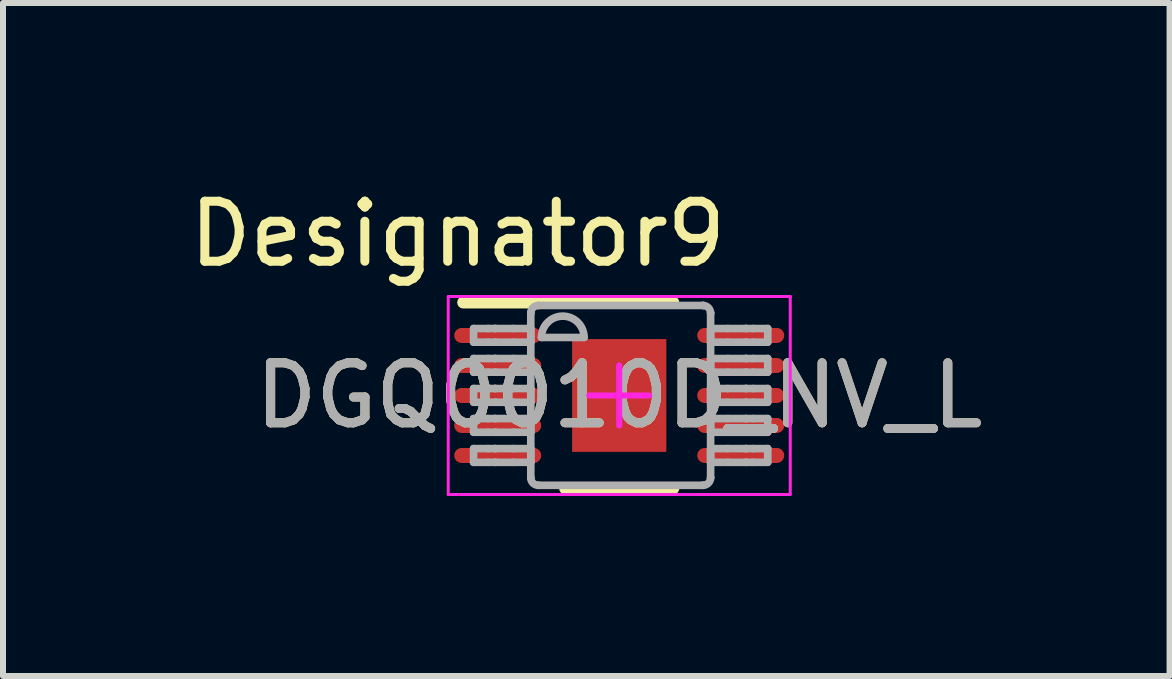
<source format=kicad_pcb>
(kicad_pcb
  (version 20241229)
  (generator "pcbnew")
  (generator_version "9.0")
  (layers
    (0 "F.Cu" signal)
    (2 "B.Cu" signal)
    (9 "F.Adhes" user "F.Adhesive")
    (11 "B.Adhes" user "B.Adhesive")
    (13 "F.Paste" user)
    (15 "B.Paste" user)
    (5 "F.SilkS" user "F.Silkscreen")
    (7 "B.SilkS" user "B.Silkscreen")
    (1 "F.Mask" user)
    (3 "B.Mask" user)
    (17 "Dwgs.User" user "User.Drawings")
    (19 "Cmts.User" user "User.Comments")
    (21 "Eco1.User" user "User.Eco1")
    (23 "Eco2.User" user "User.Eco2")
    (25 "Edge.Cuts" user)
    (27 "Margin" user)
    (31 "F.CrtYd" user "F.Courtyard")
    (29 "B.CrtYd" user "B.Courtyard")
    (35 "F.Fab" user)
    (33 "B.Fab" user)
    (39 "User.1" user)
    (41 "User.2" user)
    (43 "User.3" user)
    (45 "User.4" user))
  (footprint "DGQ0010D_NV_L"
    (layer "F.Cu")
    (at 7.27 3.541)
    (property "Reference" "DGQ0010D_NV_L" (at 0 0 0) (unlocked yes) (layer "F.SilkS") (effects (font (size 1 1) (thickness 0.15))))
    (attr smd)
    (fp_line (start -2.6 -1.55) (end 0.9 -1.55) (stroke (width 0.2) (type solid)) (layer "F.SilkS"))
    (fp_line (start -0.9 1.55) (end 0.9 1.55) (stroke (width 0.2) (type solid)) (layer "F.SilkS"))
    (fp_line (start -2.85 -1.65) (end 2.85 -1.65) (stroke (width 0.05) (type solid)) (layer "F.CrtYd"))
    (fp_line (start -2.85 1.65) (end -2.85 -1.65) (stroke (width 0.05) (type solid)) (layer "F.CrtYd"))
    (fp_line (start -2.85 1.65) (end 2.85 1.65) (stroke (width 0.05) (type solid)) (layer "F.CrtYd"))
    (fp_line (start -0.5 0) (end 0.5 0) (stroke (width 0.1) (type solid)) (layer "F.CrtYd"))
    (fp_line (start 0 0.5) (end 0 -0.5) (stroke (width 0.1) (type solid)) (layer "F.CrtYd"))
    (fp_line (start 2.85 1.65) (end 2.85 -1.65) (stroke (width 0.05) (type solid)) (layer "F.CrtYd"))
    (fp_line (start -2.427 -1.116) (end -2.187 -1.116) (stroke (width 0.127) (type solid)) (layer "F.Fab"))
    (fp_line (start -2.427 -0.888) (end -2.427 -1.116) (stroke (width 0.127) (type solid)) (layer "F.Fab"))
    (fp_line (start -2.427 -0.888) (end -2.187 -0.888) (stroke (width 0.127) (type solid)) (layer "F.Fab"))
    (fp_line (start -2.427 -0.616) (end -2.187 -0.616) (stroke (width 0.127) (type solid)) (layer "F.Fab"))
    (fp_line (start -2.427 -0.388) (end -2.427 -0.616) (stroke (width 0.127) (type solid)) (layer "F.Fab"))
    (fp_line (start -2.427 -0.388) (end -2.187 -0.388) (stroke (width 0.127) (type solid)) (layer "F.Fab"))
    (fp_line (start -2.427 -0.116) (end -2.187 -0.116) (stroke (width 0.127) (type solid)) (layer "F.Fab"))
    (fp_line (start -2.427 0.113) (end -2.427 -0.116) (stroke (width 0.127) (type solid)) (layer "F.Fab"))
    (fp_line (start -2.427 0.113) (end -2.187 0.113) (stroke (width 0.127) (type solid)) (layer "F.Fab"))
    (fp_line (start -2.427 0.385) (end -2.187 0.385) (stroke (width 0.127) (type solid)) (layer "F.Fab"))
    (fp_line (start -2.427 0.613) (end -2.427 0.385) (stroke (width 0.127) (type solid)) (layer "F.Fab"))
    (fp_line (start -2.427 0.613) (end -2.187 0.613) (stroke (width 0.127) (type solid)) (layer "F.Fab"))
    (fp_line (start -2.427 0.885) (end -2.187 0.885) (stroke (width 0.127) (type solid)) (layer "F.Fab"))
    (fp_line (start -2.427 1.114) (end -2.427 0.885) (stroke (width 0.127) (type solid)) (layer "F.Fab"))
    (fp_line (start -2.427 1.114) (end -2.187 1.114) (stroke (width 0.127) (type solid)) (layer "F.Fab"))
    (fp_line (start -2.187 -1.116) (end -2.067 -1.116) (stroke (width 0.127) (type solid)) (layer "F.Fab"))
    (fp_line (start -2.187 -0.888) (end -2.067 -0.888) (stroke (width 0.127) (type solid)) (layer "F.Fab"))
    (fp_line (start -2.187 -0.616) (end -2.067 -0.616) (stroke (width 0.127) (type solid)) (layer "F.Fab"))
    (fp_line (start -2.187 -0.388) (end -2.067 -0.388) (stroke (width 0.127) (type solid)) (layer "F.Fab"))
    (fp_line (start -2.187 -0.116) (end -2.067 -0.116) (stroke (width 0.127) (type solid)) (layer "F.Fab"))
    (fp_line (start -2.187 0.113) (end -2.067 0.113) (stroke (width 0.127) (type solid)) (layer "F.Fab"))
    (fp_line (start -2.187 0.385) (end -2.067 0.385) (stroke (width 0.127) (type solid)) (layer "F.Fab"))
    (fp_line (start -2.187 0.613) (end -2.067 0.613) (stroke (width 0.127) (type solid)) (layer "F.Fab"))
    (fp_line (start -2.187 0.885) (end -2.067 0.885) (stroke (width 0.127) (type solid)) (layer "F.Fab"))
    (fp_line (start -2.187 1.114) (end -2.067 1.114) (stroke (width 0.127) (type solid)) (layer "F.Fab"))
    (fp_line (start -2.067 -1.116) (end -2.064 -1.116) (stroke (width 0.127) (type solid)) (layer "F.Fab"))
    (fp_line (start -2.067 -0.888) (end -2.064 -0.888) (stroke (width 0.127) (type solid)) (layer "F.Fab"))
    (fp_line (start -2.067 -0.616) (end -2.064 -0.616) (stroke (width 0.127) (type solid)) (layer "F.Fab"))
    (fp_line (start -2.067 -0.388) (end -2.064 -0.388) (stroke (width 0.127) (type solid)) (layer "F.Fab"))
    (fp_line (start -2.067 -0.116) (end -2.064 -0.116) (stroke (width 0.127) (type solid)) (layer "F.Fab"))
    (fp_line (start -2.067 0.113) (end -2.064 0.113) (stroke (width 0.127) (type solid)) (layer "F.Fab"))
    (fp_line (start -2.067 0.385) (end -2.064 0.385) (stroke (width 0.127) (type solid)) (layer "F.Fab"))
    (fp_line (start -2.067 0.613) (end -2.064 0.613) (stroke (width 0.127) (type solid)) (layer "F.Fab"))
    (fp_line (start -2.067 0.885) (end -2.064 0.885) (stroke (width 0.127) (type solid)) (layer "F.Fab"))
    (fp_line (start -2.067 1.114) (end -2.064 1.114) (stroke (width 0.127) (type solid)) (layer "F.Fab"))
    (fp_line (start -2.064 -1.116) (end -1.76 -1.116) (stroke (width 0.127) (type solid)) (layer "F.Fab"))
    (fp_line (start -2.064 -0.888) (end -1.76 -0.888) (stroke (width 0.127) (type solid)) (layer "F.Fab"))
    (fp_line (start -2.064 -0.616) (end -1.76 -0.616) (stroke (width 0.127) (type solid)) (layer "F.Fab"))
    (fp_line (start -2.064 -0.388) (end -1.76 -0.388) (stroke (width 0.127) (type solid)) (layer "F.Fab"))
    (fp_line (start -2.064 -0.116) (end -1.76 -0.116) (stroke (width 0.127) (type solid)) (layer "F.Fab"))
    (fp_line (start -2.064 0.113) (end -1.76 0.113) (stroke (width 0.127) (type solid)) (layer "F.Fab"))
    (fp_line (start -2.064 0.385) (end -1.76 0.385) (stroke (width 0.127) (type solid)) (layer "F.Fab"))
    (fp_line (start -2.064 0.613) (end -1.76 0.613) (stroke (width 0.127) (type solid)) (layer "F.Fab"))
    (fp_line (start -2.064 0.885) (end -1.76 0.885) (stroke (width 0.127) (type solid)) (layer "F.Fab"))
    (fp_line (start -2.064 1.114) (end -1.76 1.114) (stroke (width 0.127) (type solid)) (layer "F.Fab"))
    (fp_line (start -1.76 -1.116) (end -1.474 -1.116) (stroke (width 0.127) (type solid)) (layer "F.Fab"))
    (fp_line (start -1.76 -0.888) (end -1.474 -0.888) (stroke (width 0.127) (type solid)) (layer "F.Fab"))
    (fp_line (start -1.76 -0.616) (end -1.474 -0.616) (stroke (width 0.127) (type solid)) (layer "F.Fab"))
    (fp_line (start -1.76 -0.388) (end -1.474 -0.388) (stroke (width 0.127) (type solid)) (layer "F.Fab"))
    (fp_line (start -1.76 -0.116) (end -1.474 -0.116) (stroke (width 0.127) (type solid)) (layer "F.Fab"))
    (fp_line (start -1.76 0.113) (end -1.474 0.113) (stroke (width 0.127) (type solid)) (layer "F.Fab"))
    (fp_line (start -1.76 0.385) (end -1.474 0.385) (stroke (width 0.127) (type solid)) (layer "F.Fab"))
    (fp_line (start -1.76 0.613) (end -1.474 0.613) (stroke (width 0.127) (type solid)) (layer "F.Fab"))
    (fp_line (start -1.76 0.885) (end -1.474 0.885) (stroke (width 0.127) (type solid)) (layer "F.Fab"))
    (fp_line (start -1.76 1.114) (end -1.474 1.114) (stroke (width 0.127) (type solid)) (layer "F.Fab"))
    (fp_line (start -1.474 -1.373) (end -1.474 -1.376) (stroke (width 0.127) (type solid)) (layer "F.Fab"))
    (fp_line (start -1.474 -0.888) (end -1.474 -1.116) (stroke (width 0.127) (type solid)) (layer "F.Fab"))
    (fp_line (start -1.474 -0.388) (end -1.474 -0.616) (stroke (width 0.127) (type solid)) (layer "F.Fab"))
    (fp_line (start -1.474 0.113) (end -1.474 -0.116) (stroke (width 0.127) (type solid)) (layer "F.Fab"))
    (fp_line (start -1.474 0.613) (end -1.474 0.385) (stroke (width 0.127) (type solid)) (layer "F.Fab"))
    (fp_line (start -1.474 1.114) (end -1.474 0.885) (stroke (width 0.127) (type solid)) (layer "F.Fab"))
    (fp_line (start -1.474 1.37) (end -1.474 -1.373) (stroke (width 0.127) (type solid)) (layer "F.Fab"))
    (fp_line (start -1.474 1.37) (end -1.474 1.373) (stroke (width 0.127) (type solid)) (layer "F.Fab"))
    (fp_line (start -1.35 -1.5) (end -1.347 -1.5) (stroke (width 0.127) (type solid)) (layer "F.Fab"))
    (fp_line (start -1.35 1.497) (end -1.347 1.497) (stroke (width 0.127) (type solid)) (layer "F.Fab"))
    (fp_line (start -1.347 -1.5) (end 1.396 -1.5) (stroke (width 0.127) (type solid)) (layer "F.Fab"))
    (fp_line (start -1.347 1.497) (end 1.396 1.497) (stroke (width 0.127) (type solid)) (layer "F.Fab"))
    (fp_line (start -1.296 -0.967) (end -0.585 -0.967) (stroke (width 0.127) (type solid)) (layer "F.Fab"))
    (fp_line (start 1.396 -1.5) (end 1.399 -1.5) (stroke (width 0.127) (type solid)) (layer "F.Fab"))
    (fp_line (start 1.396 1.497) (end 1.399 1.497) (stroke (width 0.127) (type solid)) (layer "F.Fab"))
    (fp_line (start 1.523 -1.376) (end 1.523 -1.373) (stroke (width 0.127) (type solid)) (layer "F.Fab"))
    (fp_line (start 1.523 1.373) (end 1.523 1.37) (stroke (width 0.127) (type solid)) (layer "F.Fab"))
    (fp_line (start 1.523 -1.116) (end 1.809 -1.116) (stroke (width 0.127) (type solid)) (layer "F.Fab"))
    (fp_line (start 1.523 -0.888) (end 1.523 -1.116) (stroke (width 0.127) (type solid)) (layer "F.Fab"))
    (fp_line (start 1.523 -0.888) (end 1.809 -0.888) (stroke (width 0.127) (type solid)) (layer "F.Fab"))
    (fp_line (start 1.523 -0.616) (end 1.809 -0.616) (stroke (width 0.127) (type solid)) (layer "F.Fab"))
    (fp_line (start 1.523 -0.388) (end 1.523 -0.616) (stroke (width 0.127) (type solid)) (layer "F.Fab"))
    (fp_line (start 1.523 -0.388) (end 1.809 -0.388) (stroke (width 0.127) (type solid)) (layer "F.Fab"))
    (fp_line (start 1.523 -0.116) (end 1.809 -0.116) (stroke (width 0.127) (type solid)) (layer "F.Fab"))
    (fp_line (start 1.523 0.113) (end 1.523 -0.116) (stroke (width 0.127) (type solid)) (layer "F.Fab"))
    (fp_line (start 1.523 0.113) (end 1.809 0.113) (stroke (width 0.127) (type solid)) (layer "F.Fab"))
    (fp_line (start 1.523 0.385) (end 1.809 0.385) (stroke (width 0.127) (type solid)) (layer "F.Fab"))
    (fp_line (start 1.523 0.613) (end 1.523 0.385) (stroke (width 0.127) (type solid)) (layer "F.Fab"))
    (fp_line (start 1.523 0.613) (end 1.809 0.613) (stroke (width 0.127) (type solid)) (layer "F.Fab"))
    (fp_line (start 1.523 0.885) (end 1.809 0.885) (stroke (width 0.127) (type solid)) (layer "F.Fab"))
    (fp_line (start 1.523 1.114) (end 1.523 0.885) (stroke (width 0.127) (type solid)) (layer "F.Fab"))
    (fp_line (start 1.523 1.114) (end 1.809 1.114) (stroke (width 0.127) (type solid)) (layer "F.Fab"))
    (fp_line (start 1.523 1.37) (end 1.523 -1.373) (stroke (width 0.127) (type solid)) (layer "F.Fab"))
    (fp_line (start 1.809 -1.116) (end 2.113 -1.116) (stroke (width 0.127) (type solid)) (layer "F.Fab"))
    (fp_line (start 1.809 -0.888) (end 2.113 -0.888) (stroke (width 0.127) (type solid)) (layer "F.Fab"))
    (fp_line (start 1.809 -0.616) (end 2.113 -0.616) (stroke (width 0.127) (type solid)) (layer "F.Fab"))
    (fp_line (start 1.809 -0.388) (end 2.113 -0.388) (stroke (width 0.127) (type solid)) (layer "F.Fab"))
    (fp_line (start 1.809 -0.116) (end 2.113 -0.116) (stroke (width 0.127) (type solid)) (layer "F.Fab"))
    (fp_line (start 1.809 0.113) (end 2.113 0.113) (stroke (width 0.127) (type solid)) (layer "F.Fab"))
    (fp_line (start 1.809 0.385) (end 2.113 0.385) (stroke (width 0.127) (type solid)) (layer "F.Fab"))
    (fp_line (start 1.809 0.613) (end 2.113 0.613) (stroke (width 0.127) (type solid)) (layer "F.Fab"))
    (fp_line (start 1.809 0.885) (end 2.113 0.885) (stroke (width 0.127) (type solid)) (layer "F.Fab"))
    (fp_line (start 1.809 1.114) (end 2.113 1.114) (stroke (width 0.127) (type solid)) (layer "F.Fab"))
    (fp_line (start 2.113 -1.116) (end 2.116 -1.116) (stroke (width 0.127) (type solid)) (layer "F.Fab"))
    (fp_line (start 2.113 -0.888) (end 2.116 -0.888) (stroke (width 0.127) (type solid)) (layer "F.Fab"))
    (fp_line (start 2.113 -0.616) (end 2.116 -0.616) (stroke (width 0.127) (type solid)) (layer "F.Fab"))
    (fp_line (start 2.113 -0.388) (end 2.116 -0.388) (stroke (width 0.127) (type solid)) (layer "F.Fab"))
    (fp_line (start 2.113 -0.116) (end 2.116 -0.116) (stroke (width 0.127) (type solid)) (layer "F.Fab"))
    (fp_line (start 2.113 0.113) (end 2.116 0.113) (stroke (width 0.127) (type solid)) (layer "F.Fab"))
    (fp_line (start 2.113 0.385) (end 2.116 0.385) (stroke (width 0.127) (type solid)) (layer "F.Fab"))
    (fp_line (start 2.113 0.613) (end 2.116 0.613) (stroke (width 0.127) (type solid)) (layer "F.Fab"))
    (fp_line (start 2.113 0.885) (end 2.116 0.885) (stroke (width 0.127) (type solid)) (layer "F.Fab"))
    (fp_line (start 2.113 1.114) (end 2.116 1.114) (stroke (width 0.127) (type solid)) (layer "F.Fab"))
    (fp_line (start 2.116 -1.116) (end 2.236 -1.116) (stroke (width 0.127) (type solid)) (layer "F.Fab"))
    (fp_line (start 2.116 -0.888) (end 2.236 -0.888) (stroke (width 0.127) (type solid)) (layer "F.Fab"))
    (fp_line (start 2.116 -0.616) (end 2.236 -0.616) (stroke (width 0.127) (type solid)) (layer "F.Fab"))
    (fp_line (start 2.116 -0.388) (end 2.236 -0.388) (stroke (width 0.127) (type solid)) (layer "F.Fab"))
    (fp_line (start 2.116 -0.116) (end 2.236 -0.116) (stroke (width 0.127) (type solid)) (layer "F.Fab"))
    (fp_line (start 2.116 0.113) (end 2.236 0.113) (stroke (width 0.127) (type solid)) (layer "F.Fab"))
    (fp_line (start 2.116 0.385) (end 2.236 0.385) (stroke (width 0.127) (type solid)) (layer "F.Fab"))
    (fp_line (start 2.116 0.613) (end 2.236 0.613) (stroke (width 0.127) (type solid)) (layer "F.Fab"))
    (fp_line (start 2.116 0.885) (end 2.236 0.885) (stroke (width 0.127) (type solid)) (layer "F.Fab"))
    (fp_line (start 2.116 1.114) (end 2.236 1.114) (stroke (width 0.127) (type solid)) (layer "F.Fab"))
    (fp_line (start 2.236 -1.116) (end 2.475 -1.116) (stroke (width 0.127) (type solid)) (layer "F.Fab"))
    (fp_line (start 2.236 -0.888) (end 2.475 -0.888) (stroke (width 0.127) (type solid)) (layer "F.Fab"))
    (fp_line (start 2.236 -0.616) (end 2.475 -0.616) (stroke (width 0.127) (type solid)) (layer "F.Fab"))
    (fp_line (start 2.236 -0.388) (end 2.475 -0.388) (stroke (width 0.127) (type solid)) (layer "F.Fab"))
    (fp_line (start 2.236 -0.116) (end 2.475 -0.116) (stroke (width 0.127) (type solid)) (layer "F.Fab"))
    (fp_line (start 2.236 0.113) (end 2.475 0.113) (stroke (width 0.127) (type solid)) (layer "F.Fab"))
    (fp_line (start 2.236 0.385) (end 2.475 0.385) (stroke (width 0.127) (type solid)) (layer "F.Fab"))
    (fp_line (start 2.236 0.613) (end 2.475 0.613) (stroke (width 0.127) (type solid)) (layer "F.Fab"))
    (fp_line (start 2.236 0.885) (end 2.475 0.885) (stroke (width 0.127) (type solid)) (layer "F.Fab"))
    (fp_line (start 2.236 1.114) (end 2.475 1.114) (stroke (width 0.127) (type solid)) (layer "F.Fab"))
    (fp_line (start 2.475 -0.888) (end 2.475 -1.116) (stroke (width 0.127) (type solid)) (layer "F.Fab"))
    (fp_line (start 2.475 -0.388) (end 2.475 -0.616) (stroke (width 0.127) (type solid)) (layer "F.Fab"))
    (fp_line (start 2.475 0.113) (end 2.475 -0.116) (stroke (width 0.127) (type solid)) (layer "F.Fab"))
    (fp_line (start 2.475 0.613) (end 2.475 0.385) (stroke (width 0.127) (type solid)) (layer "F.Fab"))
    (fp_line (start 2.475 1.114) (end 2.475 0.885) (stroke (width 0.127) (type solid)) (layer "F.Fab"))
    (fp_arc (start -1.474232 -1.375768) (mid -1.437062 -1.46283) (end -1.35 -1.5) (stroke (width 0.127) (type solid)) (layer "F.Fab"))
    (fp_arc (start -1.35 1.49715) (mid -1.437062 1.45998) (end -1.474232 1.372918) (stroke (width 0.127) (type solid)) (layer "F.Fab"))
    (fp_arc (start -1.296457 -0.966625) (mid -0.940857 -1.322225) (end -0.585257 -0.966625) (stroke (width 0.127) (type solid)) (layer "F.Fab"))
    (fp_arc (start 1.398686 -1.5) (mid 1.485749 -1.46283) (end 1.522919 -1.375768) (stroke (width 0.127) (type solid)) (layer "F.Fab"))
    (fp_arc (start 1.522919 1.372918) (mid 1.485749 1.45998) (end 1.398686 1.49715) (stroke (width 0.127) (type solid)) (layer "F.Fab"))
    (fp_text user "Designator9" (at -2.692 -2.692 0) (unlocked yes) (layer "F.SilkS") (effects (font (size 1 1) (thickness 0.15))))
    (fp_text user "${REFERENCE}" (at 0 0 0) (unlocked yes) (layer "F.Fab") (effects (font (size 1 1) (thickness 0.15))))
    (pad "1" smd oval (at -2.025 -1 90) (size 0.25 1.45) (layers "F.Cu" "F.Mask" "F.Paste"))
    (pad "2" smd oval (at -2.025 -0.5 90) (size 0.25 1.45) (layers "F.Cu" "F.Mask" "F.Paste"))
    (pad "3" smd oval (at -2.025 0 90) (size 0.25 1.45) (layers "F.Cu" "F.Mask" "F.Paste"))
    (pad "4" smd oval (at -2.025 0.5 90) (size 0.25 1.45) (layers "F.Cu" "F.Mask" "F.Paste"))
    (pad "5" smd oval (at -2.025 1 90) (size 0.25 1.45) (layers "F.Cu" "F.Mask" "F.Paste"))
    (pad "6" smd oval (at 2.025 1 90) (size 0.25 1.45) (layers "F.Cu" "F.Mask" "F.Paste"))
    (pad "7" smd oval (at 2.025 0.5 90) (size 0.25 1.45) (layers "F.Cu" "F.Mask" "F.Paste"))
    (pad "8" smd oval (at 2.025 0 90) (size 0.25 1.45) (layers "F.Cu" "F.Mask" "F.Paste"))
    (pad "9" smd oval (at 2.025 -0.5 90) (size 0.25 1.45) (layers "F.Cu" "F.Mask" "F.Paste"))
    (pad "10" smd oval (at 2.025 -1 90) (size 0.25 1.45) (layers "F.Cu" "F.Mask" "F.Paste"))
    (pad "11" smd rect (at 0 0) (size 1.57 1.88) (layers "F.Cu" "F.Mask" "F.Paste")))
  (gr_rect
    (start -3 -3)
    (end 16.442 8.216)
    (stroke (width 0.1) (type default))
    (fill no)
    (layer "Edge.Cuts")))
</source>
